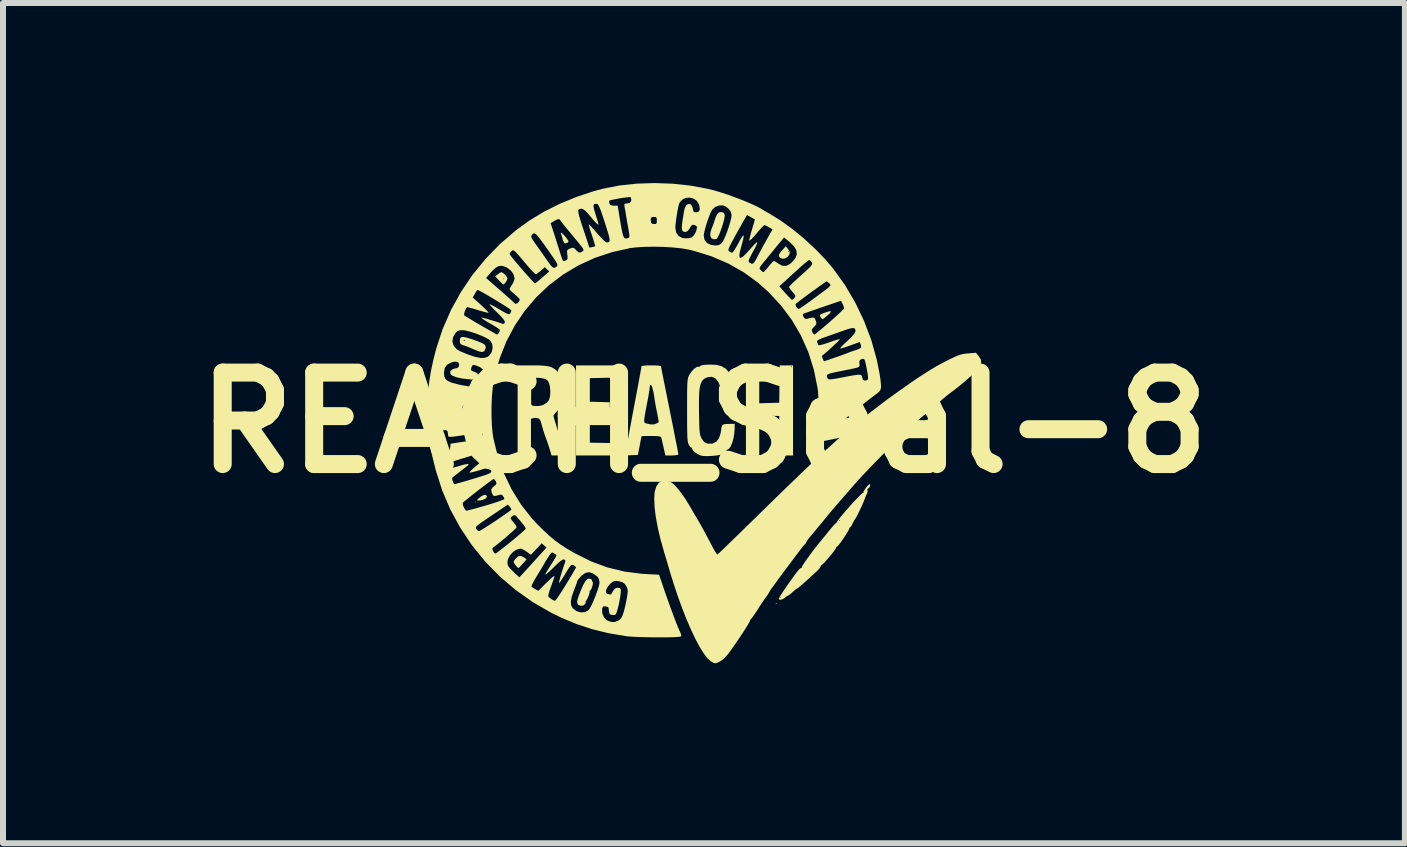
<source format=kicad_pcb>
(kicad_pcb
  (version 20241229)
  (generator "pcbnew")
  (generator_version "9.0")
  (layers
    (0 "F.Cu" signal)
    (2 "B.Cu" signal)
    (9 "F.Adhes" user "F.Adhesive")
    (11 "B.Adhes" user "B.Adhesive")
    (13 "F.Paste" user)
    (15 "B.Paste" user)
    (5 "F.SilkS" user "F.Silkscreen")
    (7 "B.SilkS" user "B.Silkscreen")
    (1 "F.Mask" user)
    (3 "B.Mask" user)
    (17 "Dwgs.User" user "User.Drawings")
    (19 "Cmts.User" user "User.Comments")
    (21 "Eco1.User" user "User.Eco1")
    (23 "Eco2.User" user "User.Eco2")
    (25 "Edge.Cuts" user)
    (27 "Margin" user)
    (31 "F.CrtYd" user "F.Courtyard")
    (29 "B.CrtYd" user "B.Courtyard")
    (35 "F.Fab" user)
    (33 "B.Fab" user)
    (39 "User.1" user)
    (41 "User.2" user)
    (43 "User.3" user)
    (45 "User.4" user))
  (footprint "REACH_Seal-8"
    (layer "F.Cu")
    (at 8.68 3.993)
    (property "Reference" "REACH_Seal-8" (at 0 0 0) (layer "F.SilkS") (effects (font (size 1.524 1.524) (thickness 0.3))))
    (attr board_only exclude_from_pos_files exclude_from_bom)
    (fp_poly (pts (xy -3.804 1.322) (xy -3.813 1.331) (xy -3.821 1.322) (xy -3.813 1.313)) (stroke (width 0) (type solid)) (fill yes) (layer "F.SilkS"))
    (fp_poly (pts (xy 1.211 3.011) (xy 1.203 3.019) (xy 1.194 3.011) (xy 1.203 3.002)) (stroke (width 0) (type solid)) (fill yes) (layer "F.SilkS"))
    (fp_poly (pts (xy -3.63 1.206) (xy -3.617 1.231) (xy -3.616 1.235) (xy -3.632 1.259) (xy -3.669 1.28) (xy -3.719 1.294) (xy -3.748 1.296) (xy -3.779 1.295) (xy -3.78 1.285) (xy -3.759 1.265) (xy -3.707 1.224) (xy -3.662 1.204)) (stroke (width 0) (type solid)) (fill yes) (layer "F.SilkS"))
    (fp_poly (pts (xy -2.373 -3.163) (xy -2.355 -3.147) (xy -2.317 -3.108) (xy -2.282 -3.064) (xy -2.26 -3.03) (xy -2.26 -3.01) (xy -2.271 -3.001) (xy -2.307 -2.987) (xy -2.332 -3.001) (xy -2.352 -3.045) (xy -2.354 -3.055) (xy -2.369 -3.106) (xy -2.381 -3.146) (xy -2.383 -3.153) (xy -2.387 -3.169)) (stroke (width 0) (type solid)) (fill yes) (layer "F.SilkS"))
    (fp_poly (pts (xy 2.114 -1.847) (xy 2.091 -1.818) (xy 2.063 -1.792) (xy 2.021 -1.755) (xy 1.988 -1.731) (xy 1.975 -1.723) (xy 1.959 -1.736) (xy 1.944 -1.758) (xy 1.932 -1.781) (xy 1.932 -1.795) (xy 1.95 -1.807) (xy 1.991 -1.824) (xy 2.009 -1.831) (xy 2.073 -1.853) (xy 2.109 -1.859)) (stroke (width 0) (type solid)) (fill yes) (layer "F.SilkS"))
    (fp_poly (pts (xy -2.995 2.248) (xy -2.956 2.278) (xy -3.02 2.35) (xy -3.056 2.39) (xy -3.083 2.416) (xy -3.093 2.422) (xy -3.109 2.41) (xy -3.135 2.381) (xy -3.138 2.377) (xy -3.162 2.343) (xy -3.173 2.321) (xy -3.173 2.32) (xy -3.163 2.299) (xy -3.14 2.266) (xy -3.138 2.263) (xy -3.093 2.225) (xy -3.043 2.222)) (stroke (width 0) (type solid)) (fill yes) (layer "F.SilkS"))
    (fp_poly (pts (xy 1.397 -2.899) (xy 1.427 -2.85) (xy 1.426 -2.808) (xy 1.398 -2.767) (xy 1.353 -2.737) (xy 1.305 -2.731) (xy 1.266 -2.75) (xy 1.249 -2.775) (xy 1.251 -2.803) (xy 1.276 -2.841) (xy 1.289 -2.857) (xy 1.399 -2.857) (xy 1.407 -2.849) (xy 1.416 -2.857) (xy 1.407 -2.866) (xy 1.399 -2.857) (xy 1.289 -2.857) (xy 1.304 -2.874) (xy 1.363 -2.94)) (stroke (width 0) (type solid)) (fill yes) (layer "F.SilkS"))
    (fp_poly (pts (xy -1.45 -0.752) (xy -1.676 -0.747) (xy -1.902 -0.742) (xy -1.902 -0.35) (xy -1.736 -0.345) (xy -1.569 -0.34) (xy -1.57 -0.277) (xy -1.571 -0.215) (xy -1.579 -0.174) (xy -1.6 -0.151) (xy -1.639 -0.139) (xy -1.703 -0.134) (xy -1.746 -0.133) (xy -1.902 -0.128) (xy -1.902 0.333) (xy -1.676 0.337) (xy -1.45 0.342) (xy -1.45 0.546) (xy -2.132 0.546) (xy -2.132 -0.955) (xy -1.45 -0.955)) (stroke (width 0) (type solid)) (fill yes) (layer "F.SilkS"))
    (fp_poly (pts (xy -3.348 -2.495) (xy -3.313 -2.465) (xy -3.285 -2.43) (xy -3.275 -2.404) (xy -3.284 -2.372) (xy -3.306 -2.336) (xy -3.33 -2.309) (xy -3.343 -2.303) (xy -3.359 -2.314) (xy -3.39 -2.344) (xy -3.415 -2.37) (xy -3.44 -2.397) (xy -3.343 -2.397) (xy -3.335 -2.388) (xy -3.326 -2.397) (xy -3.335 -2.405) (xy -3.343 -2.397) (xy -3.44 -2.397) (xy -3.479 -2.438) (xy -3.434 -2.473) (xy -3.401 -2.497) (xy -3.378 -2.508) (xy -3.378 -2.508)) (stroke (width 0) (type solid)) (fill yes) (layer "F.SilkS"))
    (fp_poly (pts (xy 0.319 -3.502) (xy 0.34 -3.483) (xy 0.346 -3.448) (xy 0.338 -3.392) (xy 0.316 -3.312) (xy 0.299 -3.259) (xy 0.271 -3.181) (xy 0.245 -3.118) (xy 0.223 -3.077) (xy 0.211 -3.063) (xy 0.161 -3.055) (xy 0.123 -3.074) (xy 0.123 -3.074) (xy 0.105 -3.115) (xy 0.108 -3.173) (xy 0.126 -3.23) (xy 0.148 -3.283) (xy 0.169 -3.344) (xy 0.171 -3.352) (xy 0.198 -3.431) (xy 0.224 -3.48) (xy 0.251 -3.505) (xy 0.283 -3.51)) (stroke (width 0) (type solid)) (fill yes) (layer "F.SilkS"))
    (fp_poly (pts (xy 0.921 -0.323) (xy 1.087 -0.328) (xy 1.254 -0.333) (xy 1.258 -0.644) (xy 1.263 -0.93) (xy 1.45 -0.93) (xy 1.458 -0.921) (xy 1.467 -0.93) (xy 1.458 -0.938) (xy 1.45 -0.93) (xy 1.263 -0.93) (xy 1.263 -0.955) (xy 1.484 -0.955) (xy 1.484 0.546) (xy 1.263 0.546) (xy 1.258 0.217) (xy 1.254 -0.111) (xy 1.087 -0.116) (xy 0.921 -0.121) (xy 0.921 0.546) (xy 0.699 0.546) (xy 0.699 -0.188) (xy 0.699 -0.343) (xy 0.699 -0.487) (xy 0.699 -0.618) (xy 0.699 -0.73) (xy 0.699 -0.822) (xy 0.699 -0.888) (xy 0.699 -0.926) (xy 0.699 -0.934) (xy 0.715 -0.941) (xy 0.755 -0.948) (xy 0.81 -0.952) (xy 0.921 -0.957)) (stroke (width 0) (type solid)) (fill yes) (layer "F.SilkS"))
    (fp_poly (pts (xy -3.958 -1.419) (xy -3.878 -1.395) (xy -3.838 -1.381) (xy -3.752 -1.349) (xy -3.693 -1.325) (xy -3.658 -1.303) (xy -3.641 -1.282) (xy -3.637 -1.258) (xy -3.641 -1.231) (xy -3.661 -1.191) (xy -3.697 -1.177) (xy -3.753 -1.189) (xy -3.785 -1.202) (xy -3.831 -1.22) (xy -3.838 -1.223) (xy -3.903 -1.251) (xy -3.946 -1.268) (xy -3.979 -1.28) (xy -4.01 -1.29) (xy -4.017 -1.292) (xy -4.053 -1.308) (xy -4.067 -1.336) (xy -4.068 -1.366) (xy -4.067 -1.376) (xy -4.003 -1.376) (xy -4.001 -1.366) (xy -3.992 -1.365) (xy -3.978 -1.371) (xy -3.98 -1.376) (xy -4.001 -1.378) (xy -4.003 -1.376) (xy -4.067 -1.376) (xy -4.064 -1.403) (xy -4.046 -1.424) (xy -4.012 -1.429)) (stroke (width 0) (type solid)) (fill yes) (layer "F.SilkS"))
    (fp_poly (pts (xy -1.895 2.601) (xy -1.87 2.615) (xy -1.868 2.627) (xy -1.864 2.644) (xy -1.858 2.647) (xy -1.85 2.665) (xy -1.854 2.702) (xy -1.866 2.744) (xy -1.881 2.78) (xy -1.897 2.797) (xy -1.899 2.798) (xy -1.908 2.805) (xy -1.906 2.808) (xy -1.905 2.829) (xy -1.916 2.868) (xy -1.933 2.913) (xy -1.953 2.952) (xy -1.969 2.972) (xy -1.978 2.984) (xy -1.974 2.985) (xy -1.97 2.998) (xy -1.979 3.019) (xy -2.01 3.046) (xy -2.053 3.052) (xy -2.093 3.035) (xy -2.095 3.033) (xy -2.109 3.012) (xy -2.113 2.984) (xy -2.106 2.943) (xy -2.086 2.883) (xy -2.055 2.803) (xy -2.015 2.711) (xy -1.981 2.648) (xy -1.951 2.612) (xy -1.92 2.598)) (stroke (width 0) (type solid)) (fill yes) (layer "F.SilkS"))
    (fp_poly (pts (xy -2.87 -0.955) (xy -2.753 -0.954) (xy -2.664 -0.949) (xy -2.596 -0.94) (xy -2.543 -0.925) (xy -2.499 -0.902) (xy -2.458 -0.87) (xy -2.453 -0.866) (xy -2.386 -0.786) (xy -2.342 -0.687) (xy -2.32 -0.578) (xy -2.321 -0.465) (xy -2.345 -0.357) (xy -2.391 -0.26) (xy -2.438 -0.202) (xy -2.476 -0.161) (xy -2.501 -0.128) (xy -2.508 -0.114) (xy -2.503 -0.092) (xy -2.489 -0.045) (xy -2.47 0.021) (xy -2.446 0.1) (xy -2.419 0.183) (xy -2.393 0.265) (xy -2.37 0.339) (xy -2.35 0.397) (xy -2.337 0.434) (xy -2.336 0.435) (xy -2.314 0.491) (xy -2.309 0.524) (xy -2.324 0.54) (xy -2.366 0.545) (xy -2.42 0.546) (xy -2.54 0.546) (xy -2.577 0.422) (xy -2.599 0.354) (xy -2.621 0.291) (xy -2.637 0.247) (xy -2.638 0.246) (xy -2.655 0.198) (xy -2.675 0.136) (xy -2.685 0.101) (xy -2.702 0.042) (xy -2.716 -0.009) (xy -2.722 -0.029) (xy -2.749 -0.068) (xy -2.796 -0.081) (xy -2.839 -0.076) (xy -2.883 -0.065) (xy -2.883 0.546) (xy -3.105 0.546) (xy -3.105 -0.376) (xy -2.88 -0.376) (xy -2.879 -0.324) (xy -2.877 -0.299) (xy -2.877 -0.299) (xy -2.855 -0.283) (xy -2.81 -0.277) (xy -2.755 -0.278) (xy -2.7 -0.289) (xy -2.669 -0.3) (xy -2.622 -0.332) (xy -2.586 -0.372) (xy -2.584 -0.377) (xy -2.565 -0.438) (xy -2.56 -0.518) (xy -2.567 -0.602) (xy -2.578 -0.648) (xy -2.599 -0.696) (xy -2.633 -0.723) (xy -2.659 -0.733) (xy -2.717 -0.745) (xy -2.783 -0.748) (xy -2.798 -0.748) (xy -2.874 -0.742) (xy -2.879 -0.53) (xy -2.88 -0.447) (xy -2.88 -0.376) (xy -3.105 -0.376) (xy -3.105 -0.955)) (stroke (width 0) (type solid)) (fill yes) (layer "F.SilkS"))
    (fp_poly (pts (xy -0.809 -0.954) (xy -0.754 -0.95) (xy -0.722 -0.945) (xy -0.716 -0.942) (xy -0.713 -0.923) (xy -0.704 -0.874) (xy -0.689 -0.798) (xy -0.67 -0.7) (xy -0.646 -0.582) (xy -0.619 -0.448) (xy -0.59 -0.302) (xy -0.571 -0.21) (xy -0.541 -0.057) (xy -0.512 0.085) (xy -0.487 0.213) (xy -0.465 0.324) (xy -0.447 0.415) (xy -0.435 0.481) (xy -0.428 0.519) (xy -0.426 0.527) (xy -0.443 0.538) (xy -0.488 0.544) (xy -0.535 0.546) (xy -0.643 0.546) (xy -0.673 0.414) (xy -0.688 0.347) (xy -0.701 0.291) (xy -0.71 0.255) (xy -0.711 0.252) (xy -0.719 0.237) (xy -0.738 0.229) (xy -0.775 0.224) (xy -0.837 0.222) (xy -0.88 0.222) (xy -0.949 0.222) (xy -1.004 0.223) (xy -1.036 0.225) (xy -1.041 0.226) (xy -1.044 0.244) (xy -1.053 0.287) (xy -1.064 0.348) (xy -1.071 0.384) (xy -1.101 0.537) (xy -1.207 0.542) (xy -1.265 0.544) (xy -1.297 0.542) (xy -1.31 0.531) (xy -1.313 0.511) (xy -1.313 0.507) (xy -1.308 0.459) (xy -1.298 0.416) (xy -1.289 0.38) (xy -1.276 0.319) (xy -1.26 0.242) (xy -1.247 0.171) (xy -1.234 0.099) (xy -1.215 0.000149) (xy -1.208 -0.039) (xy -0.996 -0.039) (xy -0.995 -0.013) (xy -0.987 0.001) (xy -0.974 0.008) (xy -0.955 0.014) (xy -0.95 0.015) (xy -0.883 0.03) (xy -0.835 0.029) (xy -0.796 0.015) (xy -0.766 -0.001) (xy -0.755 -0.008) (xy -0.756 -0.025) (xy -0.763 -0.068) (xy -0.774 -0.13) (xy -0.783 -0.172) (xy -0.799 -0.253) (xy -0.813 -0.332) (xy -0.824 -0.395) (xy -0.826 -0.413) (xy -0.834 -0.466) (xy -0.841 -0.506) (xy -0.843 -0.516) (xy -0.852 -0.548) (xy -0.86 -0.584) (xy -0.875 -0.621) (xy -0.891 -0.63) (xy -0.903 -0.61) (xy -0.904 -0.592) (xy -0.907 -0.56) (xy -0.916 -0.503) (xy -0.928 -0.429) (xy -0.944 -0.345) (xy -0.945 -0.34) (xy -0.967 -0.226) (xy -0.983 -0.14) (xy -0.992 -0.079) (xy -0.996 -0.039) (xy -1.208 -0.039) (xy -1.194 -0.117) (xy -1.169 -0.246) (xy -1.144 -0.38) (xy -1.126 -0.476) (xy -1.103 -0.596) (xy -1.083 -0.705) (xy -1.066 -0.798) (xy -1.052 -0.872) (xy -1.044 -0.921) (xy -1.041 -0.941) (xy -1.041 -0.941) (xy -1.025 -0.947) (xy -0.982 -0.952) (xy -0.92 -0.955) (xy -0.879 -0.955)) (stroke (width 0) (type solid)) (fill yes) (layer "F.SilkS"))
    (fp_poly (pts (xy 0.202 -0.964) (xy 0.291 -0.942) (xy 0.361 -0.901) (xy 0.418 -0.837) (xy 0.431 -0.817) (xy 0.457 -0.766) (xy 0.479 -0.704) (xy 0.496 -0.639) (xy 0.506 -0.581) (xy 0.507 -0.537) (xy 0.498 -0.516) (xy 0.497 -0.515) (xy 0.485 -0.5) (xy 0.487 -0.493) (xy 0.477 -0.485) (xy 0.441 -0.479) (xy 0.396 -0.478) (xy 0.294 -0.478) (xy 0.283 -0.549) (xy 0.266 -0.613) (xy 0.24 -0.676) (xy 0.235 -0.685) (xy 0.188 -0.741) (xy 0.128 -0.765) (xy 0.059 -0.757) (xy 0.022 -0.742) (xy -0.011 -0.719) (xy -0.037 -0.688) (xy -0.056 -0.645) (xy -0.07 -0.587) (xy -0.079 -0.508) (xy -0.083 -0.407) (xy -0.084 -0.277) (xy -0.083 -0.165) (xy -0.08 -0.044) (xy -0.078 0.048) (xy -0.075 0.115) (xy -0.07 0.165) (xy -0.064 0.201) (xy -0.055 0.229) (xy -0.044 0.254) (xy -0.036 0.268) (xy -0.004 0.314) (xy 0.029 0.339) (xy 0.071 0.35) (xy 0.146 0.348) (xy 0.206 0.316) (xy 0.252 0.256) (xy 0.279 0.169) (xy 0.285 0.13) (xy 0.292 0.075) (xy 0.306 0.042) (xy 0.333 0.026) (xy 0.382 0.021) (xy 0.431 0.02) (xy 0.512 0.02) (xy 0.511 0.1) (xy 0.505 0.182) (xy 0.491 0.263) (xy 0.47 0.337) (xy 0.445 0.396) (xy 0.418 0.434) (xy 0.397 0.444) (xy 0.377 0.457) (xy 0.375 0.465) (xy 0.362 0.488) (xy 0.329 0.515) (xy 0.325 0.517) (xy 0.28 0.533) (xy 0.212 0.546) (xy 0.133 0.554) (xy 0.054 0.557) (xy -0.014 0.555) (xy -0.053 0.547) (xy -0.103 0.525) (xy -0.149 0.495) (xy -0.183 0.463) (xy -0.198 0.436) (xy -0.197 0.431) (xy -0.197 0.416) (xy -0.204 0.418) (xy -0.222 0.411) (xy -0.245 0.382) (xy -0.251 0.372) (xy -0.26 0.353) (xy -0.267 0.329) (xy -0.272 0.298) (xy -0.276 0.253) (xy -0.278 0.193) (xy -0.28 0.112) (xy -0.281 0.006) (xy -0.281 -0.127) (xy -0.281 -0.205) (xy -0.281 -0.352) (xy -0.281 -0.469) (xy -0.28 -0.56) (xy -0.278 -0.63) (xy -0.275 -0.681) (xy -0.271 -0.719) (xy -0.265 -0.747) (xy -0.257 -0.769) (xy -0.247 -0.79) (xy -0.244 -0.796) (xy -0.207 -0.852) (xy -0.165 -0.897) (xy -0.124 -0.926) (xy -0.093 -0.932) (xy -0.092 -0.931) (xy -0.068 -0.936) (xy -0.064 -0.943) (xy -0.043 -0.955) (xy 0.011 -0.964) (xy 0.089 -0.968)) (stroke (width 0) (type solid)) (fill yes) (layer "F.SilkS"))
    (fp_poly (pts (xy 2.771 1.037) (xy 2.765 1.062) (xy 2.747 1.09) (xy 2.733 1.097) (xy 2.723 1.107) (xy 2.725 1.127) (xy 2.724 1.164) (xy 2.717 1.181) (xy 2.701 1.211) (xy 2.683 1.257) (xy 2.678 1.271) (xy 2.662 1.313) (xy 2.637 1.372) (xy 2.606 1.438) (xy 2.574 1.504) (xy 2.545 1.562) (xy 2.521 1.603) (xy 2.509 1.621) (xy 2.495 1.641) (xy 2.477 1.679) (xy 2.475 1.685) (xy 2.456 1.721) (xy 2.439 1.74) (xy 2.437 1.74) (xy 2.423 1.753) (xy 2.422 1.761) (xy 2.413 1.785) (xy 2.389 1.828) (xy 2.356 1.881) (xy 2.317 1.939) (xy 2.279 1.993) (xy 2.246 2.036) (xy 2.223 2.061) (xy 2.217 2.064) (xy 2.202 2.078) (xy 2.2 2.085) (xy 2.19 2.107) (xy 2.162 2.146) (xy 2.123 2.196) (xy 2.078 2.249) (xy 2.034 2.3) (xy 1.995 2.342) (xy 1.968 2.367) (xy 1.96 2.371) (xy 1.946 2.385) (xy 1.945 2.394) (xy 1.933 2.417) (xy 1.902 2.454) (xy 1.862 2.492) (xy 1.763 2.583) (xy 1.686 2.652) (xy 1.629 2.702) (xy 1.589 2.736) (xy 1.565 2.756) (xy 1.552 2.763) (xy 1.551 2.763) (xy 1.533 2.774) (xy 1.5 2.802) (xy 1.477 2.823) (xy 1.438 2.857) (xy 1.407 2.879) (xy 1.398 2.883) (xy 1.375 2.894) (xy 1.348 2.917) (xy 1.314 2.94) (xy 1.278 2.951) (xy 1.252 2.946) (xy 1.245 2.933) (xy 1.255 2.913) (xy 1.258 2.908) (xy 1.262 2.908) (xy 1.271 2.917) (xy 1.279 2.908) (xy 1.271 2.9) (xy 1.262 2.908) (xy 1.258 2.908) (xy 1.28 2.872) (xy 1.317 2.814) (xy 1.364 2.747) (xy 1.366 2.743) (xy 1.439 2.639) (xy 1.496 2.56) (xy 1.538 2.502) (xy 1.569 2.463) (xy 1.591 2.439) (xy 1.606 2.426) (xy 1.617 2.423) (xy 1.632 2.414) (xy 1.63 2.407) (xy 1.637 2.39) (xy 1.661 2.352) (xy 1.698 2.297) (xy 1.744 2.233) (xy 1.795 2.163) (xy 1.847 2.094) (xy 1.897 2.032) (xy 1.939 1.98) (xy 1.941 1.978) (xy 1.96 1.955) (xy 1.995 1.912) (xy 2.04 1.856) (xy 2.075 1.812) (xy 2.123 1.755) (xy 2.163 1.708) (xy 2.192 1.679) (xy 2.203 1.672) (xy 2.217 1.659) (xy 2.218 1.653) (xy 2.228 1.633) (xy 2.231 1.629) (xy 2.252 1.629) (xy 2.26 1.638) (xy 2.269 1.629) (xy 2.26 1.621) (xy 2.252 1.629) (xy 2.231 1.629) (xy 2.258 1.594) (xy 2.301 1.54) (xy 2.355 1.477) (xy 2.414 1.409) (xy 2.474 1.342) (xy 2.532 1.28) (xy 2.582 1.228) (xy 2.621 1.19) (xy 2.644 1.172) (xy 2.648 1.171) (xy 2.659 1.172) (xy 2.656 1.166) (xy 2.66 1.145) (xy 2.681 1.11) (xy 2.71 1.071) (xy 2.739 1.039) (xy 2.762 1.024) (xy 2.764 1.024)) (stroke (width 0) (type solid)) (fill yes) (layer "F.SilkS"))
    (fp_poly (pts (xy 4.577 -1.11) (xy 4.613 -1.054) (xy 4.62 -1.002) (xy 4.599 -0.943) (xy 4.599 -0.942) (xy 4.567 -0.898) (xy 4.512 -0.838) (xy 4.438 -0.768) (xy 4.35 -0.69) (xy 4.251 -0.608) (xy 4.148 -0.528) (xy 4.137 -0.52) (xy 4.078 -0.476) (xy 4.024 -0.432) (xy 3.961 -0.379) (xy 3.925 -0.347) (xy 3.884 -0.312) (xy 3.827 -0.263) (xy 3.763 -0.208) (xy 3.736 -0.185) (xy 3.668 -0.128) (xy 3.607 -0.075) (xy 3.55 -0.024) (xy 3.491 0.029) (xy 3.428 0.089) (xy 3.357 0.158) (xy 3.272 0.24) (xy 3.172 0.34) (xy 3.062 0.448) (xy 2.958 0.552) (xy 2.853 0.659) (xy 2.752 0.764) (xy 2.66 0.861) (xy 2.581 0.946) (xy 2.521 1.013) (xy 2.516 1.018) (xy 2.453 1.091) (xy 2.396 1.157) (xy 2.348 1.212) (xy 2.315 1.25) (xy 2.307 1.259) (xy 2.275 1.295) (xy 2.232 1.345) (xy 2.196 1.387) (xy 2.156 1.434) (xy 2.123 1.472) (xy 2.107 1.491) (xy 2.088 1.514) (xy 2.055 1.554) (xy 2.022 1.595) (xy 1.983 1.643) (xy 1.952 1.681) (xy 1.936 1.699) (xy 1.916 1.723) (xy 1.884 1.762) (xy 1.859 1.792) (xy 1.815 1.846) (xy 1.77 1.899) (xy 1.753 1.92) (xy 1.724 1.958) (xy 1.707 1.987) (xy 1.706 1.992) (xy 1.694 2.014) (xy 1.691 2.016) (xy 1.674 2.032) (xy 1.639 2.074) (xy 1.587 2.142) (xy 1.517 2.234) (xy 1.432 2.348) (xy 1.352 2.455) (xy 1.321 2.496) (xy 1.285 2.545) (xy 1.279 2.552) (xy 1.24 2.605) (xy 1.2 2.662) (xy 1.194 2.67) (xy 1.163 2.713) (xy 1.138 2.746) (xy 1.132 2.753) (xy 1.112 2.782) (xy 1.087 2.824) (xy 1.086 2.827) (xy 1.061 2.87) (xy 1.037 2.902) (xy 1.036 2.903) (xy 1.019 2.926) (xy 0.988 2.971) (xy 0.947 3.031) (xy 0.906 3.096) (xy 0.862 3.163) (xy 0.824 3.219) (xy 0.796 3.257) (xy 0.782 3.272) (xy 0.768 3.292) (xy 0.767 3.298) (xy 0.758 3.321) (xy 0.731 3.367) (xy 0.692 3.431) (xy 0.643 3.507) (xy 0.588 3.59) (xy 0.53 3.675) (xy 0.472 3.758) (xy 0.418 3.832) (xy 0.388 3.871) (xy 0.332 3.931) (xy 0.27 3.978) (xy 0.212 4.005) (xy 0.185 4.009) (xy 0.156 4) (xy 0.116 3.978) (xy 0.114 3.977) (xy 0.058 3.927) (xy -0.003 3.846) (xy -0.07 3.739) (xy -0.141 3.607) (xy -0.214 3.453) (xy -0.289 3.281) (xy -0.363 3.093) (xy -0.436 2.892) (xy -0.506 2.682) (xy -0.555 2.525) (xy -0.585 2.422) (xy -0.616 2.317) (xy -0.645 2.22) (xy -0.669 2.142) (xy -0.672 2.129) (xy -0.728 1.929) (xy -0.772 1.739) (xy -0.804 1.563) (xy -0.823 1.405) (xy -0.829 1.269) (xy -0.822 1.159) (xy -0.82 1.148) (xy -0.793 1.06) (xy -0.749 0.998) (xy -0.692 0.964) (xy -0.625 0.959) (xy -0.564 0.98) (xy -0.511 1.02) (xy -0.447 1.086) (xy -0.377 1.174) (xy -0.303 1.281) (xy -0.23 1.401) (xy -0.204 1.446) (xy -0.182 1.485) (xy -0.15 1.54) (xy -0.117 1.595) (xy -0.085 1.649) (xy -0.049 1.713) (xy -0.006 1.79) (xy 0.045 1.885) (xy 0.107 2.003) (xy 0.151 2.086) (xy 0.181 2.14) (xy 0.206 2.179) (xy 0.222 2.196) (xy 0.224 2.197) (xy 0.238 2.184) (xy 0.275 2.15) (xy 0.331 2.097) (xy 0.404 2.026) (xy 0.491 1.941) (xy 0.592 1.844) (xy 0.702 1.736) (xy 0.82 1.621) (xy 0.839 1.602) (xy 1.025 1.42) (xy 1.189 1.26) (xy 1.334 1.119) (xy 1.461 0.996) (xy 1.573 0.888) (xy 1.673 0.792) (xy 1.761 0.708) (xy 1.842 0.632) (xy 1.917 0.562) (xy 1.945 0.536) (xy 2.051 0.439) (xy 2.135 0.362) (xy 2.202 0.301) (xy 2.255 0.253) (xy 2.298 0.215) (xy 2.335 0.184) (xy 2.369 0.156) (xy 2.405 0.128) (xy 2.406 0.127) (xy 2.474 0.072) (xy 2.551 0.009) (xy 2.622 -0.05) (xy 2.625 -0.052) (xy 2.695 -0.11) (xy 2.778 -0.176) (xy 2.877 -0.253) (xy 2.997 -0.344) (xy 3.061 -0.392) (xy 3.117 -0.433) (xy 3.192 -0.487) (xy 3.278 -0.548) (xy 3.368 -0.611) (xy 3.454 -0.672) (xy 3.53 -0.724) (xy 3.588 -0.763) (xy 3.599 -0.77) (xy 3.704 -0.837) (xy 3.788 -0.89) (xy 3.861 -0.933) (xy 3.932 -0.973) (xy 4.009 -1.013) (xy 4.075 -1.047) (xy 4.162 -1.089) (xy 4.227 -1.118) (xy 4.281 -1.136) (xy 4.333 -1.147) (xy 4.392 -1.154) (xy 4.4 -1.154) (xy 4.531 -1.165)) (stroke (width 0) (type solid)) (fill yes) (layer "F.SilkS"))
    (fp_poly (pts (xy -0.52 -3.982) (xy -0.223 -3.95) (xy 0.061 -3.897) (xy 0.171 -3.87) (xy 0.284 -3.836) (xy 0.409 -3.795) (xy 0.537 -3.748) (xy 0.663 -3.699) (xy 0.778 -3.651) (xy 0.877 -3.605) (xy 0.952 -3.566) (xy 0.967 -3.556) (xy 1.004 -3.533) (xy 1.056 -3.503) (xy 1.087 -3.486) (xy 1.275 -3.37) (xy 1.471 -3.229) (xy 1.666 -3.069) (xy 1.853 -2.896) (xy 2.025 -2.718) (xy 2.153 -2.567) (xy 2.348 -2.296) (xy 2.52 -2.003) (xy 2.668 -1.694) (xy 2.789 -1.373) (xy 2.88 -1.047) (xy 2.925 -0.819) (xy 2.941 -0.717) (xy 2.949 -0.642) (xy 2.95 -0.589) (xy 2.942 -0.551) (xy 2.924 -0.522) (xy 2.895 -0.495) (xy 2.87 -0.477) (xy 2.795 -0.421) (xy 2.7 -0.347) (xy 2.59 -0.259) (xy 2.47 -0.162) (xy 2.346 -0.059) (xy 2.223 0.044) (xy 2.107 0.144) (xy 2.002 0.236) (xy 1.946 0.286) (xy 1.909 0.318) (xy 1.882 0.338) (xy 1.876 0.341) (xy 1.874 0.326) (xy 1.877 0.284) (xy 1.884 0.224) (xy 1.889 0.192) (xy 1.9 0.09) (xy 1.908 -0.034) (xy 1.911 -0.169) (xy 1.911 -0.306) (xy 1.906 -0.434) (xy 1.898 -0.542) (xy 1.893 -0.575) (xy 1.852 -0.78) (xy 2.045 -0.78) (xy 2.052 -0.754) (xy 2.063 -0.734) (xy 2.074 -0.725) (xy 2.094 -0.722) (xy 2.129 -0.724) (xy 2.184 -0.732) (xy 2.265 -0.746) (xy 2.315 -0.756) (xy 2.424 -0.777) (xy 2.504 -0.791) (xy 2.56 -0.798) (xy 2.597 -0.799) (xy 2.618 -0.792) (xy 2.63 -0.779) (xy 2.637 -0.758) (xy 2.638 -0.75) (xy 2.65 -0.713) (xy 2.673 -0.702) (xy 2.693 -0.703) (xy 2.723 -0.71) (xy 2.734 -0.731) (xy 2.733 -0.768) (xy 2.727 -0.815) (xy 2.716 -0.881) (xy 2.702 -0.949) (xy 2.688 -1.012) (xy 2.677 -1.047) (xy 2.664 -1.062) (xy 2.645 -1.063) (xy 2.63 -1.059) (xy 2.6 -1.046) (xy 2.589 -1.023) (xy 2.59 -0.986) (xy 2.592 -0.965) (xy 2.593 -0.949) (xy 2.588 -0.936) (xy 2.573 -0.926) (xy 2.544 -0.915) (xy 2.497 -0.904) (xy 2.427 -0.889) (xy 2.332 -0.87) (xy 2.239 -0.852) (xy 2.15 -0.833) (xy 2.09 -0.817) (xy 2.057 -0.8) (xy 2.045 -0.78) (xy 1.852 -0.78) (xy 1.831 -0.882) (xy 1.739 -1.175) (xy 1.657 -1.359) (xy 1.885 -1.359) (xy 1.886 -1.343) (xy 1.887 -1.34) (xy 1.901 -1.306) (xy 1.909 -1.292) (xy 1.929 -1.292) (xy 1.974 -1.302) (xy 2.036 -1.321) (xy 2.089 -1.339) (xy 2.159 -1.364) (xy 2.216 -1.382) (xy 2.253 -1.392) (xy 2.264 -1.393) (xy 2.255 -1.379) (xy 2.227 -1.348) (xy 2.184 -1.307) (xy 2.133 -1.259) (xy 2.08 -1.21) (xy 2.03 -1.167) (xy 1.99 -1.133) (xy 1.966 -1.116) (xy 1.967 -1.101) (xy 1.977 -1.07) (xy 1.99 -1.039) (xy 2 -1.024) (xy 2.001 -1.024) (xy 2.018 -1.029) (xy 2.061 -1.043) (xy 2.123 -1.064) (xy 2.194 -1.089) (xy 2.27 -1.115) (xy 2.333 -1.138) (xy 2.379 -1.155) (xy 2.398 -1.163) (xy 2.422 -1.173) (xy 2.467 -1.189) (xy 2.508 -1.202) (xy 2.571 -1.224) (xy 2.606 -1.241) (xy 2.62 -1.26) (xy 2.617 -1.285) (xy 2.612 -1.3) (xy 2.595 -1.344) (xy 2.479 -1.302) (xy 2.39 -1.27) (xy 2.329 -1.25) (xy 2.292 -1.239) (xy 2.273 -1.237) (xy 2.269 -1.241) (xy 2.281 -1.256) (xy 2.312 -1.289) (xy 2.359 -1.334) (xy 2.397 -1.369) (xy 2.462 -1.433) (xy 2.503 -1.48) (xy 2.522 -1.515) (xy 2.525 -1.529) (xy 2.519 -1.561) (xy 2.5 -1.576) (xy 2.462 -1.576) (xy 2.4 -1.56) (xy 2.352 -1.543) (xy 2.279 -1.518) (xy 2.189 -1.486) (xy 2.095 -1.453) (xy 2.051 -1.437) (xy 1.974 -1.41) (xy 1.924 -1.389) (xy 1.896 -1.373) (xy 1.885 -1.359) (xy 1.657 -1.359) (xy 1.616 -1.452) (xy 1.463 -1.713) (xy 1.395 -1.804) (xy 1.647 -1.804) (xy 1.653 -1.775) (xy 1.658 -1.765) (xy 1.681 -1.733) (xy 1.712 -1.729) (xy 1.713 -1.729) (xy 1.776 -1.745) (xy 1.814 -1.752) (xy 1.835 -1.748) (xy 1.847 -1.734) (xy 1.856 -1.715) (xy 1.873 -1.67) (xy 1.87 -1.638) (xy 1.843 -1.606) (xy 1.831 -1.594) (xy 1.802 -1.562) (xy 1.796 -1.536) (xy 1.805 -1.51) (xy 1.824 -1.478) (xy 1.838 -1.467) (xy 1.854 -1.478) (xy 1.892 -1.507) (xy 1.947 -1.552) (xy 2.015 -1.61) (xy 2.09 -1.674) (xy 2.166 -1.741) (xy 2.232 -1.801) (xy 2.285 -1.851) (xy 2.321 -1.886) (xy 2.334 -1.903) (xy 2.33 -1.928) (xy 2.317 -1.965) (xy 2.3 -2.003) (xy 2.284 -2.027) (xy 2.28 -2.03) (xy 2.263 -2.025) (xy 2.221 -2.01) (xy 2.158 -1.989) (xy 2.081 -1.963) (xy 1.996 -1.934) (xy 1.909 -1.904) (xy 1.826 -1.875) (xy 1.753 -1.85) (xy 1.696 -1.83) (xy 1.661 -1.818) (xy 1.659 -1.817) (xy 1.647 -1.804) (xy 1.395 -1.804) (xy 1.281 -1.956) (xy 1.272 -1.966) (xy 1.524 -1.966) (xy 1.533 -1.938) (xy 1.538 -1.93) (xy 1.561 -1.902) (xy 1.578 -1.894) (xy 1.597 -1.904) (xy 1.638 -1.931) (xy 1.696 -1.971) (xy 1.768 -2.022) (xy 1.825 -2.065) (xy 1.923 -2.137) (xy 1.996 -2.191) (xy 2.049 -2.231) (xy 2.083 -2.259) (xy 2.101 -2.279) (xy 2.108 -2.292) (xy 2.105 -2.303) (xy 2.096 -2.313) (xy 2.089 -2.321) (xy 2.061 -2.346) (xy 2.044 -2.354) (xy 2.027 -2.344) (xy 1.989 -2.318) (xy 1.933 -2.28) (xy 1.867 -2.232) (xy 1.794 -2.18) (xy 1.722 -2.127) (xy 1.654 -2.076) (xy 1.596 -2.033) (xy 1.554 -2) (xy 1.538 -1.987) (xy 1.524 -1.966) (xy 1.272 -1.966) (xy 1.07 -2.182) (xy 0.967 -2.273) (xy 1.256 -2.273) (xy 1.355 -2.16) (xy 1.401 -2.11) (xy 1.438 -2.071) (xy 1.462 -2.049) (xy 1.466 -2.047) (xy 1.486 -2.058) (xy 1.507 -2.078) (xy 1.522 -2.098) (xy 1.521 -2.118) (xy 1.503 -2.146) (xy 1.475 -2.179) (xy 1.442 -2.22) (xy 1.421 -2.252) (xy 1.417 -2.263) (xy 1.43 -2.279) (xy 1.464 -2.313) (xy 1.514 -2.361) (xy 1.577 -2.419) (xy 1.619 -2.456) (xy 1.694 -2.524) (xy 1.747 -2.573) (xy 1.781 -2.608) (xy 1.798 -2.632) (xy 1.804 -2.649) (xy 1.8 -2.664) (xy 1.794 -2.674) (xy 1.771 -2.703) (xy 1.754 -2.712) (xy 1.736 -2.701) (xy 1.698 -2.671) (xy 1.645 -2.627) (xy 1.583 -2.571) (xy 1.565 -2.554) (xy 1.494 -2.49) (xy 1.426 -2.428) (xy 1.368 -2.375) (xy 1.327 -2.338) (xy 1.324 -2.335) (xy 1.256 -2.273) (xy 0.967 -2.273) (xy 0.896 -2.337) (xy 0.661 -2.507) (xy 0.536 -2.578) (xy 0.927 -2.578) (xy 0.928 -2.564) (xy 0.937 -2.552) (xy 0.947 -2.541) (xy 0.974 -2.516) (xy 0.989 -2.508) (xy 1.005 -2.52) (xy 1.035 -2.552) (xy 1.074 -2.598) (xy 1.076 -2.601) (xy 1.115 -2.648) (xy 1.147 -2.681) (xy 1.165 -2.695) (xy 1.165 -2.695) (xy 1.187 -2.686) (xy 1.223 -2.662) (xy 1.235 -2.653) (xy 1.302 -2.616) (xy 1.366 -2.612) (xy 1.429 -2.642) (xy 1.468 -2.675) (xy 1.523 -2.742) (xy 1.547 -2.806) (xy 1.54 -2.87) (xy 1.502 -2.936) (xy 1.431 -3.007) (xy 1.41 -3.025) (xy 1.335 -3.086) (xy 1.26 -2.997) (xy 1.219 -2.948) (xy 1.185 -2.906) (xy 1.166 -2.883) (xy 1.146 -2.858) (xy 1.111 -2.815) (xy 1.067 -2.762) (xy 1.055 -2.746) (xy 0.997 -2.677) (xy 0.959 -2.629) (xy 0.936 -2.597) (xy 0.927 -2.578) (xy 0.536 -2.578) (xy 0.405 -2.652) (xy 0.129 -2.771) (xy -0.164 -2.862) (xy -0.247 -2.882) (xy 0.407 -2.882) (xy 0.409 -2.866) (xy 0.419 -2.855) (xy 0.42 -2.854) (xy 0.453 -2.836) (xy 0.469 -2.832) (xy 0.485 -2.846) (xy 0.512 -2.884) (xy 0.544 -2.938) (xy 0.561 -2.968) (xy 0.606 -3.05) (xy 0.638 -3.101) (xy 0.657 -3.121) (xy 0.662 -3.109) (xy 0.656 -3.066) (xy 0.637 -2.991) (xy 0.622 -2.939) (xy 0.598 -2.846) (xy 0.589 -2.783) (xy 0.596 -2.75) (xy 0.619 -2.748) (xy 0.658 -2.774) (xy 0.715 -2.831) (xy 0.752 -2.872) (xy 0.816 -2.944) (xy 0.86 -2.99) (xy 0.884 -3.008) (xy 0.889 -2.999) (xy 0.876 -2.963) (xy 0.844 -2.899) (xy 0.823 -2.862) (xy 0.783 -2.787) (xy 0.758 -2.737) (xy 0.746 -2.705) (xy 0.745 -2.685) (xy 0.753 -2.672) (xy 0.76 -2.667) (xy 0.791 -2.649) (xy 0.815 -2.65) (xy 0.84 -2.675) (xy 0.87 -2.726) (xy 0.878 -2.742) (xy 0.924 -2.829) (xy 0.98 -2.933) (xy 1.041 -3.043) (xy 1.1 -3.147) (xy 1.102 -3.15) (xy 1.143 -3.221) (xy 1.082 -3.257) (xy 1.041 -3.279) (xy 1.012 -3.291) (xy 1.007 -3.292) (xy 0.991 -3.28) (xy 0.958 -3.247) (xy 0.914 -3.198) (xy 0.877 -3.153) (xy 0.829 -3.099) (xy 0.79 -3.058) (xy 0.763 -3.035) (xy 0.755 -3.033) (xy 0.757 -3.056) (xy 0.768 -3.104) (xy 0.785 -3.169) (xy 0.8 -3.218) (xy 0.821 -3.288) (xy 0.837 -3.343) (xy 0.847 -3.378) (xy 0.848 -3.387) (xy 0.832 -3.395) (xy 0.798 -3.415) (xy 0.781 -3.425) (xy 0.717 -3.461) (xy 0.676 -3.39) (xy 0.652 -3.348) (xy 0.617 -3.285) (xy 0.573 -3.207) (xy 0.526 -3.123) (xy 0.512 -3.097) (xy 0.465 -3.011) (xy 0.433 -2.949) (xy 0.414 -2.908) (xy 0.407 -2.882) (xy -0.247 -2.882) (xy -0.26 -2.885) (xy -0.375 -2.905) (xy -0.514 -2.919) (xy -0.668 -2.929) (xy -0.827 -2.932) (xy -0.981 -2.93) (xy -1.121 -2.922) (xy -1.231 -2.909) (xy -1.535 -2.841) (xy -1.824 -2.744) (xy -2.096 -2.619) (xy -2.35 -2.466) (xy -2.584 -2.289) (xy -2.797 -2.087) (xy -2.987 -1.863) (xy -3.152 -1.619) (xy -3.292 -1.354) (xy -3.404 -1.072) (xy -3.488 -0.773) (xy -3.5 -0.712) (xy -3.52 -0.585) (xy -3.533 -0.436) (xy -3.54 -0.275) (xy -3.54 -0.111) (xy -3.534 0.046) (xy -3.521 0.185) (xy -3.508 0.264) (xy -3.435 0.562) (xy -3.333 0.846) (xy -3.203 1.115) (xy -3.048 1.365) (xy -2.869 1.593) (xy -2.782 1.687) (xy -2.672 1.796) (xy -2.576 1.885) (xy -2.485 1.961) (xy -2.392 2.029) (xy -2.289 2.096) (xy -2.166 2.167) (xy -2.145 2.179) (xy -1.877 2.313) (xy -1.604 2.413) (xy -1.324 2.481) (xy -1.034 2.518) (xy -0.967 2.522) (xy -0.748 2.533) (xy -0.658 2.798) (xy -0.609 2.938) (xy -0.56 3.075) (xy -0.512 3.204) (xy -0.469 3.319) (xy -0.431 3.413) (xy -0.401 3.482) (xy -0.399 3.485) (xy -0.383 3.527) (xy -0.38 3.556) (xy -0.382 3.561) (xy -0.405 3.567) (xy -0.456 3.571) (xy -0.531 3.575) (xy -0.623 3.577) (xy -0.727 3.577) (xy -0.838 3.577) (xy -0.951 3.575) (xy -1.059 3.572) (xy -1.157 3.568) (xy -1.24 3.563) (xy -1.303 3.557) (xy -1.305 3.556) (xy -1.595 3.507) (xy -1.863 3.441) (xy -2.119 3.357) (xy -2.371 3.252) (xy -2.542 3.169) (xy -2.849 2.992) (xy -2.863 2.982) (xy -2.219 2.982) (xy -2.213 3.044) (xy -2.186 3.093) (xy -2.182 3.097) (xy -2.122 3.141) (xy -2.053 3.161) (xy -1.984 3.156) (xy -1.926 3.126) (xy -1.923 3.123) (xy -1.908 3.101) (xy -1.697 3.101) (xy -1.696 3.17) (xy -1.671 3.235) (xy -1.626 3.286) (xy -1.6 3.301) (xy -1.537 3.322) (xy -1.486 3.321) (xy -1.431 3.3) (xy -1.4 3.279) (xy -1.375 3.249) (xy -1.353 3.204) (xy -1.333 3.139) (xy -1.311 3.049) (xy -1.297 2.982) (xy -1.281 2.9) (xy -1.273 2.843) (xy -1.27 2.803) (xy -1.275 2.772) (xy -1.285 2.742) (xy -1.286 2.741) (xy -1.317 2.688) (xy -1.361 2.656) (xy -1.429 2.64) (xy -1.442 2.638) (xy -1.488 2.638) (xy -1.526 2.654) (xy -1.563 2.685) (xy -1.601 2.73) (xy -1.627 2.777) (xy -1.631 2.791) (xy -1.634 2.829) (xy -1.62 2.847) (xy -1.595 2.856) (xy -1.56 2.863) (xy -1.546 2.862) (xy -1.514 2.8) (xy -1.483 2.764) (xy -1.448 2.75) (xy -1.445 2.75) (xy -1.403 2.755) (xy -1.388 2.772) (xy -1.385 2.805) (xy -1.39 2.862) (xy -1.401 2.934) (xy -1.416 3.014) (xy -1.435 3.092) (xy -1.445 3.127) (xy -1.461 3.176) (xy -1.476 3.199) (xy -1.5 3.205) (xy -1.523 3.204) (xy -1.56 3.197) (xy -1.576 3.178) (xy -1.583 3.136) (xy -1.583 3.134) (xy -1.589 3.093) (xy -1.598 3.071) (xy -1.6 3.07) (xy -1.625 3.066) (xy -1.649 3.06) (xy -1.676 3.059) (xy -1.691 3.081) (xy -1.697 3.101) (xy -1.908 3.101) (xy -1.9 3.09) (xy -1.87 3.033) (xy -1.837 2.96) (xy -1.805 2.88) (xy -1.776 2.8) (xy -1.753 2.73) (xy -1.741 2.677) (xy -1.74 2.662) (xy -1.752 2.6) (xy -1.778 2.564) (xy -1.85 2.511) (xy -1.915 2.491) (xy -1.976 2.503) (xy -2.038 2.548) (xy -2.05 2.559) (xy -2.086 2.601) (xy -2.11 2.635) (xy -2.115 2.649) (xy -2.121 2.674) (xy -2.138 2.721) (xy -2.161 2.781) (xy -2.168 2.798) (xy -2.204 2.901) (xy -2.219 2.982) (xy -2.863 2.982) (xy -3.137 2.788) (xy -3.206 2.73) (xy -2.874 2.73) (xy -2.874 2.73) (xy -2.853 2.749) (xy -2.815 2.772) (xy -2.811 2.774) (xy -2.759 2.801) (xy -2.625 2.667) (xy -2.571 2.616) (xy -2.528 2.578) (xy -2.5 2.556) (xy -2.491 2.555) (xy -2.496 2.579) (xy -2.512 2.627) (xy -2.534 2.69) (xy -2.548 2.728) (xy -2.572 2.795) (xy -2.588 2.851) (xy -2.596 2.887) (xy -2.595 2.895) (xy -2.57 2.919) (xy -2.533 2.945) (xy -2.498 2.964) (xy -2.482 2.968) (xy -2.468 2.954) (xy -2.44 2.915) (xy -2.4 2.856) (xy -2.352 2.782) (xy -2.299 2.696) (xy -2.299 2.696) (xy -2.246 2.61) (xy -2.201 2.533) (xy -2.164 2.471) (xy -2.141 2.428) (xy -2.132 2.409) (xy -2.146 2.391) (xy -2.173 2.375) (xy -2.192 2.368) (xy -2.209 2.371) (xy -2.228 2.387) (xy -2.252 2.422) (xy -2.288 2.479) (xy -2.311 2.518) (xy -2.351 2.583) (xy -2.384 2.633) (xy -2.408 2.665) (xy -2.417 2.672) (xy -2.415 2.654) (xy -2.404 2.611) (xy -2.387 2.549) (xy -2.365 2.477) (xy -2.34 2.402) (xy -2.315 2.33) (xy -2.308 2.309) (xy -2.315 2.288) (xy -2.331 2.279) (xy -2.351 2.28) (xy -2.384 2.3) (xy -2.43 2.339) (xy -2.496 2.402) (xy -2.502 2.408) (xy -2.557 2.462) (xy -2.602 2.503) (xy -2.633 2.528) (xy -2.644 2.532) (xy -2.644 2.532) (xy -2.635 2.51) (xy -2.613 2.469) (xy -2.588 2.43) (xy -2.55 2.37) (xy -2.513 2.311) (xy -2.482 2.259) (xy -2.462 2.223) (xy -2.456 2.21) (xy -2.469 2.198) (xy -2.497 2.178) (xy -2.52 2.165) (xy -2.538 2.165) (xy -2.558 2.185) (xy -2.587 2.227) (xy -2.595 2.24) (xy -2.626 2.289) (xy -2.65 2.328) (xy -2.659 2.345) (xy -2.671 2.366) (xy -2.696 2.409) (xy -2.732 2.468) (xy -2.775 2.538) (xy -2.775 2.538) (xy -2.816 2.607) (xy -2.849 2.666) (xy -2.869 2.709) (xy -2.874 2.73) (xy -3.206 2.73) (xy -3.404 2.561) (xy -3.633 2.326) (xy -3.275 2.326) (xy -3.272 2.361) (xy -3.258 2.394) (xy -3.229 2.431) (xy -3.178 2.481) (xy -3.178 2.482) (xy -3.132 2.526) (xy -3.096 2.559) (xy -3.078 2.575) (xy -3.076 2.576) (xy -3.064 2.564) (xy -3.033 2.53) (xy -2.986 2.479) (xy -2.926 2.414) (xy -2.858 2.339) (xy -2.848 2.328) (xy -2.623 2.08) (xy -2.664 2.045) (xy -2.704 2.01) (xy -2.883 2.201) (xy -2.954 2.15) (xy -3.001 2.12) (xy -3.042 2.101) (xy -3.057 2.098) (xy -3.121 2.114) (xy -3.182 2.154) (xy -3.234 2.212) (xy -3.267 2.277) (xy -3.275 2.326) (xy -3.633 2.326) (xy -3.648 2.311) (xy -3.815 2.105) (xy -3.526 2.105) (xy -3.516 2.137) (xy -3.497 2.167) (xy -3.475 2.18) (xy -3.472 2.18) (xy -3.453 2.168) (xy -3.413 2.138) (xy -3.355 2.093) (xy -3.285 2.038) (xy -3.212 1.979) (xy -3.135 1.915) (xy -3.068 1.859) (xy -3.015 1.812) (xy -2.981 1.78) (xy -2.969 1.766) (xy -2.974 1.752) (xy -2.99 1.726) (xy -3.02 1.686) (xy -3.069 1.627) (xy -3.114 1.573) (xy -3.141 1.545) (xy -3.164 1.542) (xy -3.187 1.554) (xy -3.214 1.574) (xy -3.221 1.593) (xy -3.206 1.621) (xy -3.173 1.661) (xy -3.142 1.701) (xy -3.124 1.734) (xy -3.122 1.742) (xy -3.134 1.759) (xy -3.168 1.792) (xy -3.217 1.837) (xy -3.276 1.889) (xy -3.341 1.943) (xy -3.404 1.996) (xy -3.461 2.041) (xy -3.507 2.075) (xy -3.52 2.084) (xy -3.526 2.105) (xy -3.815 2.105) (xy -3.867 2.041) (xy -4.059 1.753) (xy -3.802 1.753) (xy -3.797 1.766) (xy -3.793 1.772) (xy -3.768 1.799) (xy -3.749 1.808) (xy -3.73 1.799) (xy -3.687 1.774) (xy -3.625 1.735) (xy -3.55 1.687) (xy -3.469 1.633) (xy -3.387 1.577) (xy -3.315 1.528) (xy -3.258 1.487) (xy -3.221 1.46) (xy -3.208 1.448) (xy -3.217 1.428) (xy -3.237 1.4) (xy -3.267 1.364) (xy -3.543 1.55) (xy -3.637 1.614) (xy -3.707 1.662) (xy -3.755 1.697) (xy -3.785 1.722) (xy -3.799 1.74) (xy -3.802 1.753) (xy -4.059 1.753) (xy -4.06 1.752) (xy -4.226 1.447) (xy -4.265 1.356) (xy -4.02 1.356) (xy -4.009 1.394) (xy -3.99 1.433) (xy -3.968 1.461) (xy -3.956 1.467) (xy -3.935 1.462) (xy -3.886 1.45) (xy -3.815 1.431) (xy -3.728 1.406) (xy -3.632 1.379) (xy -3.536 1.35) (xy -3.452 1.323) (xy -3.386 1.299) (xy -3.342 1.282) (xy -3.326 1.271) (xy -3.326 1.271) (xy -3.336 1.243) (xy -3.349 1.221) (xy -3.368 1.202) (xy -3.392 1.199) (xy -3.435 1.21) (xy -3.436 1.211) (xy -3.484 1.222) (xy -3.513 1.213) (xy -3.532 1.179) (xy -3.542 1.144) (xy -3.544 1.111) (xy -3.524 1.081) (xy -3.501 1.061) (xy -3.467 1.032) (xy -3.458 1.009) (xy -3.467 0.979) (xy -3.487 0.949) (xy -3.505 0.938) (xy -3.522 0.948) (xy -3.561 0.975) (xy -3.616 1.016) (xy -3.682 1.066) (xy -3.754 1.121) (xy -3.827 1.178) (xy -3.895 1.232) (xy -3.954 1.279) (xy -3.998 1.315) (xy -4.016 1.332) (xy -4.02 1.356) (xy -4.265 1.356) (xy -4.362 1.128) (xy -4.468 0.796) (xy -4.476 0.764) (xy -4.493 0.695) (xy -4.271 0.695) (xy -4.266 0.728) (xy -4.251 0.756) (xy -4.246 0.76) (xy -4.224 0.759) (xy -4.178 0.75) (xy -4.116 0.733) (xy -4.085 0.723) (xy -4.019 0.704) (xy -3.966 0.692) (xy -3.934 0.687) (xy -3.928 0.689) (xy -3.924 0.704) (xy -3.925 0.705) (xy -3.98 0.749) (xy -4.04 0.795) (xy -4.097 0.84) (xy -4.146 0.878) (xy -4.18 0.905) (xy -4.194 0.915) (xy -4.197 0.934) (xy -4.189 0.968) (xy -4.175 1.003) (xy -4.161 1.023) (xy -4.158 1.024) (xy -4.135 1.019) (xy -4.087 1.006) (xy -4.019 0.987) (xy -3.94 0.964) (xy -3.933 0.962) (xy -3.809 0.924) (xy -3.715 0.895) (xy -3.645 0.873) (xy -3.597 0.855) (xy -3.567 0.841) (xy -3.551 0.829) (xy -3.545 0.818) (xy -3.545 0.807) (xy -3.551 0.775) (xy -3.563 0.756) (xy -3.585 0.751) (xy -3.625 0.758) (xy -3.688 0.776) (xy -3.722 0.787) (xy -3.793 0.808) (xy -3.853 0.823) (xy -3.893 0.831) (xy -3.905 0.832) (xy -3.902 0.821) (xy -3.878 0.794) (xy -3.839 0.756) (xy -3.789 0.714) (xy -3.736 0.671) (xy -3.685 0.633) (xy -3.655 0.613) (xy -3.622 0.581) (xy -3.62 0.542) (xy -3.633 0.513) (xy -3.641 0.503) (xy -3.654 0.497) (xy -3.677 0.498) (xy -3.715 0.505) (xy -3.771 0.52) (xy -3.852 0.544) (xy -3.949 0.573) (xy -4.045 0.602) (xy -4.13 0.629) (xy -4.199 0.651) (xy -4.245 0.666) (xy -4.264 0.673) (xy -4.271 0.695) (xy -4.493 0.695) (xy -4.514 0.613) (xy -4.542 0.486) (xy -4.564 0.375) (xy -4.579 0.271) (xy -4.59 0.165) (xy -4.592 0.135) (xy -4.377 0.135) (xy -4.348 0.311) (xy -4.335 0.384) (xy -4.325 0.442) (xy -4.319 0.48) (xy -4.317 0.49) (xy -4.302 0.495) (xy -4.273 0.49) (xy -4.253 0.481) (xy -4.238 0.457) (xy -4.228 0.415) (xy -4.228 0.409) (xy -4.222 0.35) (xy -3.966 0.312) (xy -3.876 0.299) (xy -3.798 0.288) (xy -3.739 0.28) (xy -3.704 0.275) (xy -3.697 0.274) (xy -3.688 0.258) (xy -3.685 0.222) (xy -3.685 0.222) (xy -3.685 0.2) (xy -3.69 0.184) (xy -3.704 0.175) (xy -3.732 0.173) (xy -3.778 0.176) (xy -3.847 0.185) (xy -3.944 0.199) (xy -3.983 0.205) (xy -4.087 0.22) (xy -4.161 0.231) (xy -4.211 0.236) (xy -4.242 0.235) (xy -4.258 0.228) (xy -4.264 0.215) (xy -4.265 0.196) (xy -4.265 0.189) (xy -4.273 0.142) (xy -4.3 0.122) (xy -4.339 0.126) (xy -4.377 0.135) (xy -4.592 0.135) (xy -4.597 0.049) (xy -4.601 -0.086) (xy -4.601 -0.102) (xy -4.602 -0.258) (xy -4.023 -0.258) (xy -4.016 -0.215) (xy -3.984 -0.193) (xy -3.949 -0.192) (xy -3.923 -0.205) (xy -3.915 -0.24) (xy -3.915 -0.247) (xy -3.919 -0.284) (xy -3.939 -0.297) (xy -3.966 -0.299) (xy -4.004 -0.293) (xy -4.021 -0.27) (xy -4.023 -0.258) (xy -4.602 -0.258) (xy -4.603 -0.311) (xy -4.596 -0.499) (xy -4.579 -0.676) (xy -4.556 -0.822) (xy -4.332 -0.822) (xy -4.326 -0.769) (xy -4.307 -0.728) (xy -4.269 -0.695) (xy -4.208 -0.668) (xy -4.12 -0.644) (xy -4.062 -0.63) (xy -3.948 -0.609) (xy -3.861 -0.599) (xy -3.796 -0.601) (xy -3.748 -0.615) (xy -3.713 -0.638) (xy -3.668 -0.7) (xy -3.653 -0.774) (xy -3.658 -0.828) (xy -3.682 -0.884) (xy -3.731 -0.926) (xy -3.803 -0.955) (xy -3.841 -0.963) (xy -3.861 -0.952) (xy -3.873 -0.927) (xy -3.883 -0.886) (xy -3.87 -0.863) (xy -3.828 -0.848) (xy -3.823 -0.847) (xy -3.777 -0.824) (xy -3.758 -0.783) (xy -3.764 -0.742) (xy -3.774 -0.727) (xy -3.794 -0.719) (xy -3.831 -0.718) (xy -3.894 -0.721) (xy -3.905 -0.722) (xy -4.03 -0.736) (xy -4.125 -0.757) (xy -4.191 -0.783) (xy -4.225 -0.815) (xy -4.227 -0.853) (xy -4.22 -0.866) (xy -4.191 -0.889) (xy -4.146 -0.904) (xy -4.143 -0.904) (xy -4.102 -0.915) (xy -4.084 -0.938) (xy -4.08 -0.958) (xy -4.088 -0.998) (xy -4.12 -1.017) (xy -4.174 -1.014) (xy -4.221 -0.999) (xy -4.283 -0.964) (xy -4.319 -0.912) (xy -4.332 -0.839) (xy -4.332 -0.822) (xy -4.556 -0.822) (xy -4.551 -0.852) (xy -4.511 -1.039) (xy -4.46 -1.239) (xy -4.423 -1.352) (xy -4.192 -1.352) (xy -4.172 -1.284) (xy -4.123 -1.226) (xy -4.065 -1.191) (xy -3.927 -1.134) (xy -3.815 -1.097) (xy -3.724 -1.079) (xy -3.654 -1.08) (xy -3.6 -1.1) (xy -3.578 -1.118) (xy -3.536 -1.179) (xy -3.521 -1.248) (xy -3.53 -1.315) (xy -3.565 -1.371) (xy -3.589 -1.39) (xy -3.647 -1.422) (xy -3.724 -1.456) (xy -3.81 -1.489) (xy -3.895 -1.516) (xy -3.968 -1.535) (xy -4.014 -1.541) (xy -4.069 -1.54) (xy -4.105 -1.527) (xy -4.136 -1.499) (xy -4.137 -1.497) (xy -4.181 -1.425) (xy -4.192 -1.352) (xy -4.423 -1.352) (xy -4.354 -1.561) (xy -4.245 -1.81) (xy -3.998 -1.81) (xy -3.996 -1.789) (xy -3.977 -1.776) (xy -3.935 -1.75) (xy -3.875 -1.714) (xy -3.804 -1.671) (xy -3.726 -1.626) (xy -3.648 -1.581) (xy -3.575 -1.539) (xy -3.514 -1.504) (xy -3.469 -1.479) (xy -3.447 -1.468) (xy -3.446 -1.468) (xy -3.431 -1.48) (xy -3.415 -1.502) (xy -3.402 -1.534) (xy -3.402 -1.551) (xy -3.42 -1.564) (xy -3.46 -1.591) (xy -3.517 -1.626) (xy -3.566 -1.654) (xy -3.629 -1.691) (xy -3.678 -1.723) (xy -3.707 -1.744) (xy -3.713 -1.751) (xy -3.695 -1.749) (xy -3.653 -1.739) (xy -3.594 -1.723) (xy -3.528 -1.703) (xy -3.46 -1.682) (xy -3.401 -1.663) (xy -3.358 -1.647) (xy -3.331 -1.648) (xy -3.319 -1.668) (xy -3.32 -1.689) (xy -3.337 -1.719) (xy -3.373 -1.761) (xy -3.431 -1.82) (xy -3.445 -1.834) (xy -3.499 -1.888) (xy -3.542 -1.933) (xy -3.569 -1.963) (xy -3.575 -1.975) (xy -3.558 -1.969) (xy -3.519 -1.95) (xy -3.463 -1.919) (xy -3.409 -1.887) (xy -3.338 -1.846) (xy -3.291 -1.821) (xy -3.261 -1.809) (xy -3.242 -1.809) (xy -3.23 -1.819) (xy -3.228 -1.821) (xy -3.212 -1.855) (xy -3.211 -1.873) (xy -3.226 -1.886) (xy -3.264 -1.913) (xy -3.321 -1.95) (xy -3.39 -1.993) (xy -3.467 -2.04) (xy -3.545 -2.087) (xy -3.62 -2.131) (xy -3.687 -2.169) (xy -3.738 -2.197) (xy -3.77 -2.212) (xy -3.778 -2.214) (xy -3.788 -2.198) (xy -3.809 -2.163) (xy -3.818 -2.148) (xy -3.854 -2.087) (xy -3.717 -1.963) (xy -3.663 -1.912) (xy -3.62 -1.869) (xy -3.594 -1.841) (xy -3.588 -1.831) (xy -3.607 -1.832) (xy -3.65 -1.843) (xy -3.712 -1.86) (xy -3.769 -1.877) (xy -3.841 -1.899) (xy -3.899 -1.915) (xy -3.937 -1.924) (xy -3.948 -1.925) (xy -3.97 -1.891) (xy -3.988 -1.849) (xy -3.998 -1.81) (xy -4.245 -1.81) (xy -4.217 -1.875) (xy -4.05 -2.176) (xy -3.892 -2.411) (xy -3.631 -2.411) (xy -3.398 -2.208) (xy -3.323 -2.142) (xy -3.257 -2.084) (xy -3.205 -2.037) (xy -3.171 -2.005) (xy -3.159 -1.992) (xy -3.139 -1.979) (xy -3.11 -1.99) (xy -3.083 -2.018) (xy -3.071 -2.039) (xy -3.072 -2.058) (xy -3.09 -2.081) (xy -3.128 -2.116) (xy -3.148 -2.133) (xy -3.194 -2.173) (xy -3.227 -2.205) (xy -3.24 -2.222) (xy -3.24 -2.223) (xy -3.232 -2.244) (xy -3.21 -2.282) (xy -3.198 -2.299) (xy -3.172 -2.348) (xy -3.157 -2.394) (xy -3.156 -2.405) (xy -3.172 -2.47) (xy -3.215 -2.532) (xy -3.279 -2.582) (xy -3.296 -2.591) (xy -3.358 -2.613) (xy -3.412 -2.612) (xy -3.465 -2.586) (xy -3.524 -2.533) (xy -3.553 -2.501) (xy -3.631 -2.411) (xy -3.892 -2.411) (xy -3.856 -2.464) (xy -3.636 -2.733) (xy -3.56 -2.811) (xy -3.241 -2.811) (xy -3.23 -2.794) (xy -3.201 -2.757) (xy -3.158 -2.704) (xy -3.105 -2.641) (xy -3.047 -2.573) (xy -2.987 -2.504) (xy -2.93 -2.44) (xy -2.88 -2.385) (xy -2.842 -2.344) (xy -2.82 -2.322) (xy -2.816 -2.32) (xy -2.8 -2.331) (xy -2.764 -2.359) (xy -2.716 -2.4) (xy -2.692 -2.421) (xy -2.578 -2.521) (xy -2.615 -2.556) (xy -2.653 -2.591) (xy -2.718 -2.532) (xy -2.76 -2.499) (xy -2.792 -2.478) (xy -2.804 -2.474) (xy -2.822 -2.487) (xy -2.856 -2.521) (xy -2.902 -2.571) (xy -2.955 -2.632) (xy -3.029 -2.72) (xy -3.084 -2.785) (xy -3.124 -2.829) (xy -3.152 -2.857) (xy -3.172 -2.87) (xy -3.186 -2.872) (xy -3.198 -2.865) (xy -3.209 -2.856) (xy -3.233 -2.828) (xy -3.241 -2.811) (xy -3.56 -2.811) (xy -3.393 -2.983) (xy -3.254 -3.101) (xy -2.879 -3.101) (xy -2.872 -3.08) (xy -2.854 -3.048) (xy -2.821 -2.999) (xy -2.771 -2.928) (xy -2.763 -2.917) (xy -2.71 -2.842) (xy -2.656 -2.765) (xy -2.609 -2.698) (xy -2.592 -2.674) (xy -2.55 -2.617) (xy -2.519 -2.587) (xy -2.494 -2.579) (xy -2.467 -2.592) (xy -2.455 -2.603) (xy -2.444 -2.615) (xy -2.442 -2.631) (xy -2.45 -2.654) (xy -2.47 -2.69) (xy -2.506 -2.744) (xy -2.559 -2.82) (xy -2.637 -2.931) (xy -2.698 -3.016) (xy -2.745 -3.078) (xy -2.78 -3.121) (xy -2.806 -3.146) (xy -2.825 -3.156) (xy -2.841 -3.154) (xy -2.855 -3.142) (xy -2.866 -3.13) (xy -2.876 -3.116) (xy -2.879 -3.101) (xy -3.254 -3.101) (xy -3.128 -3.21) (xy -2.968 -3.325) (xy -2.555 -3.325) (xy -2.49 -3.125) (xy -2.461 -3.033) (xy -2.431 -2.939) (xy -2.404 -2.854) (xy -2.388 -2.803) (xy -2.368 -2.741) (xy -2.354 -2.706) (xy -2.34 -2.692) (xy -2.323 -2.694) (xy -2.308 -2.7) (xy -2.283 -2.715) (xy -2.273 -2.736) (xy -2.274 -2.776) (xy -2.277 -2.798) (xy -2.282 -2.847) (xy -2.277 -2.873) (xy -2.258 -2.89) (xy -2.244 -2.897) (xy -2.197 -2.914) (xy -2.166 -2.91) (xy -2.136 -2.883) (xy -2.129 -2.874) (xy -2.093 -2.839) (xy -2.058 -2.835) (xy -2.022 -2.855) (xy -2.01 -2.866) (xy -2.007 -2.881) (xy -2.017 -2.903) (xy -2.042 -2.938) (xy -2.084 -2.99) (xy -2.125 -3.041) (xy -2.208 -3.14) (xy -2.271 -3.216) (xy -2.318 -3.273) (xy -2.35 -3.314) (xy -2.372 -3.342) (xy -2.386 -3.36) (xy -2.393 -3.372) (xy -2.41 -3.39) (xy -2.434 -3.391) (xy -2.473 -3.373) (xy -2.496 -3.36) (xy -2.555 -3.325) (xy -2.968 -3.325) (xy -2.906 -3.37) (xy -2.676 -3.509) (xy -2.094 -3.509) (xy -2.085 -3.461) (xy -2.064 -3.391) (xy -2.034 -3.295) (xy -2.013 -3.232) (xy -1.981 -3.136) (xy -1.953 -3.051) (xy -1.931 -2.984) (xy -1.917 -2.938) (xy -1.911 -2.92) (xy -1.911 -2.919) (xy -1.897 -2.919) (xy -1.865 -2.925) (xy -1.832 -2.933) (xy -1.813 -2.941) (xy -1.812 -2.941) (xy -1.816 -2.958) (xy -1.828 -3.001) (xy -1.847 -3.062) (xy -1.867 -3.122) (xy -1.891 -3.194) (xy -1.909 -3.253) (xy -1.919 -3.293) (xy -1.92 -3.305) (xy -1.907 -3.296) (xy -1.877 -3.265) (xy -1.834 -3.217) (xy -1.782 -3.158) (xy -1.781 -3.157) (xy -1.727 -3.097) (xy -1.679 -3.047) (xy -1.642 -3.014) (xy -1.621 -3.003) (xy -1.596 -3.005) (xy -1.58 -3.013) (xy -1.572 -3.032) (xy -1.574 -3.065) (xy -1.585 -3.118) (xy -1.607 -3.192) (xy -1.639 -3.294) (xy -1.652 -3.336) (xy -1.689 -3.447) (xy -1.717 -3.529) (xy -1.74 -3.586) (xy -1.758 -3.622) (xy -1.772 -3.641) (xy -1.784 -3.646) (xy -1.818 -3.647) (xy -1.837 -3.635) (xy -1.841 -3.605) (xy -1.831 -3.554) (xy -1.808 -3.475) (xy -1.807 -3.472) (xy -1.785 -3.404) (xy -1.768 -3.347) (xy -1.759 -3.31) (xy -1.757 -3.301) (xy -1.767 -3.301) (xy -1.795 -3.326) (xy -1.843 -3.378) (xy -1.91 -3.457) (xy -1.925 -3.476) (xy -1.978 -3.532) (xy -2.02 -3.561) (xy -2.036 -3.565) (xy -2.065 -3.563) (xy -2.084 -3.556) (xy -2.094 -3.54) (xy -2.094 -3.509) (xy -2.676 -3.509) (xy -2.667 -3.515) (xy -2.403 -3.647) (xy -2.326 -3.679) (xy -1.58 -3.679) (xy -1.575 -3.654) (xy -1.561 -3.628) (xy -1.531 -3.618) (xy -1.502 -3.616) (xy -1.438 -3.616) (xy -1.418 -3.493) (xy -1.396 -3.359) (xy -1.378 -3.255) (xy -1.363 -3.178) (xy -1.349 -3.124) (xy -1.335 -3.091) (xy -1.319 -3.073) (xy -1.301 -3.068) (xy -1.278 -3.072) (xy -1.257 -3.08) (xy -1.245 -3.089) (xy -1.241 -3.109) (xy -1.245 -3.147) (xy -1.256 -3.211) (xy -1.256 -3.212) (xy -1.262 -3.244) (xy -0.477 -3.244) (xy -0.463 -3.168) (xy -0.423 -3.111) (xy -0.361 -3.078) (xy -0.307 -3.071) (xy -0.254 -3.075) (xy -0.211 -3.085) (xy -0.204 -3.088) (xy -0.173 -3.117) (xy -0.004 -3.117) (xy 0.01 -3.045) (xy 0.051 -2.993) (xy 0.118 -2.962) (xy 0.193 -2.952) (xy 0.25 -2.96) (xy 0.294 -2.991) (xy 0.298 -2.995) (xy 0.322 -3.032) (xy 0.35 -3.093) (xy 0.381 -3.17) (xy 0.41 -3.253) (xy 0.435 -3.335) (xy 0.453 -3.405) (xy 0.461 -3.457) (xy 0.461 -3.46) (xy 0.445 -3.517) (xy 0.405 -3.57) (xy 0.35 -3.609) (xy 0.312 -3.621) (xy 0.247 -3.619) (xy 0.183 -3.592) (xy 0.136 -3.548) (xy 0.135 -3.546) (xy 0.111 -3.501) (xy 0.084 -3.433) (xy 0.056 -3.354) (xy 0.03 -3.272) (xy 0.01 -3.197) (xy -0.002 -3.138) (xy -0.004 -3.117) (xy -0.173 -3.117) (xy -0.166 -3.123) (xy -0.135 -3.178) (xy -0.117 -3.24) (xy -0.12 -3.272) (xy -0.146 -3.29) (xy -0.157 -3.294) (xy -0.189 -3.298) (xy -0.21 -3.285) (xy -0.232 -3.248) (xy -0.234 -3.244) (xy -0.268 -3.197) (xy -0.306 -3.176) (xy -0.343 -3.184) (xy -0.357 -3.196) (xy -0.366 -3.218) (xy -0.369 -3.253) (xy -0.365 -3.311) (xy -0.358 -3.364) (xy -0.346 -3.439) (xy -0.334 -3.509) (xy -0.324 -3.561) (xy -0.322 -3.568) (xy -0.298 -3.621) (xy -0.264 -3.645) (xy -0.228 -3.642) (xy -0.199 -3.612) (xy -0.184 -3.56) (xy -0.176 -3.522) (xy -0.156 -3.507) (xy -0.128 -3.506) (xy -0.087 -3.517) (xy -0.07 -3.551) (xy -0.076 -3.609) (xy -0.084 -3.639) (xy -0.119 -3.696) (xy -0.171 -3.733) (xy -0.235 -3.75) (xy -0.3 -3.746) (xy -0.358 -3.72) (xy -0.402 -3.673) (xy -0.412 -3.652) (xy -0.426 -3.605) (xy -0.44 -3.536) (xy -0.454 -3.453) (xy -0.466 -3.369) (xy -0.475 -3.294) (xy -0.477 -3.244) (xy -1.262 -3.244) (xy -1.271 -3.293) (xy -1.286 -3.378) (xy -1.286 -3.38) (xy -0.887 -3.38) (xy -0.882 -3.335) (xy -0.862 -3.314) (xy -0.824 -3.309) (xy -0.797 -3.314) (xy -0.786 -3.336) (xy -0.785 -3.369) (xy -0.788 -3.409) (xy -0.802 -3.426) (xy -0.836 -3.429) (xy -0.872 -3.424) (xy -0.886 -3.405) (xy -0.887 -3.38) (xy -1.286 -3.38) (xy -1.296 -3.437) (xy -1.306 -3.503) (xy -1.317 -3.565) (xy -1.323 -3.595) (xy -1.328 -3.633) (xy -1.319 -3.648) (xy -1.3 -3.651) (xy -1.244 -3.659) (xy -1.215 -3.687) (xy -1.211 -3.711) (xy -1.216 -3.745) (xy -1.224 -3.759) (xy -1.245 -3.759) (xy -1.29 -3.754) (xy -1.351 -3.746) (xy -1.419 -3.735) (xy -1.484 -3.723) (xy -1.537 -3.712) (xy -1.571 -3.703) (xy -1.577 -3.7) (xy -1.58 -3.679) (xy -2.326 -3.679) (xy -2.124 -3.762) (xy -1.839 -3.857) (xy -1.681 -3.899) (xy -1.411 -3.952) (xy -1.122 -3.983) (xy -0.822 -3.993)) (stroke (width 0) (type solid)) (fill yes) (layer "F.SilkS")))
  (gr_rect
    (start -3 -3)
    (end 20.359 11.001)
    (stroke (width 0.1) (type default))
    (fill no)
    (layer "Edge.Cuts")))
</source>
